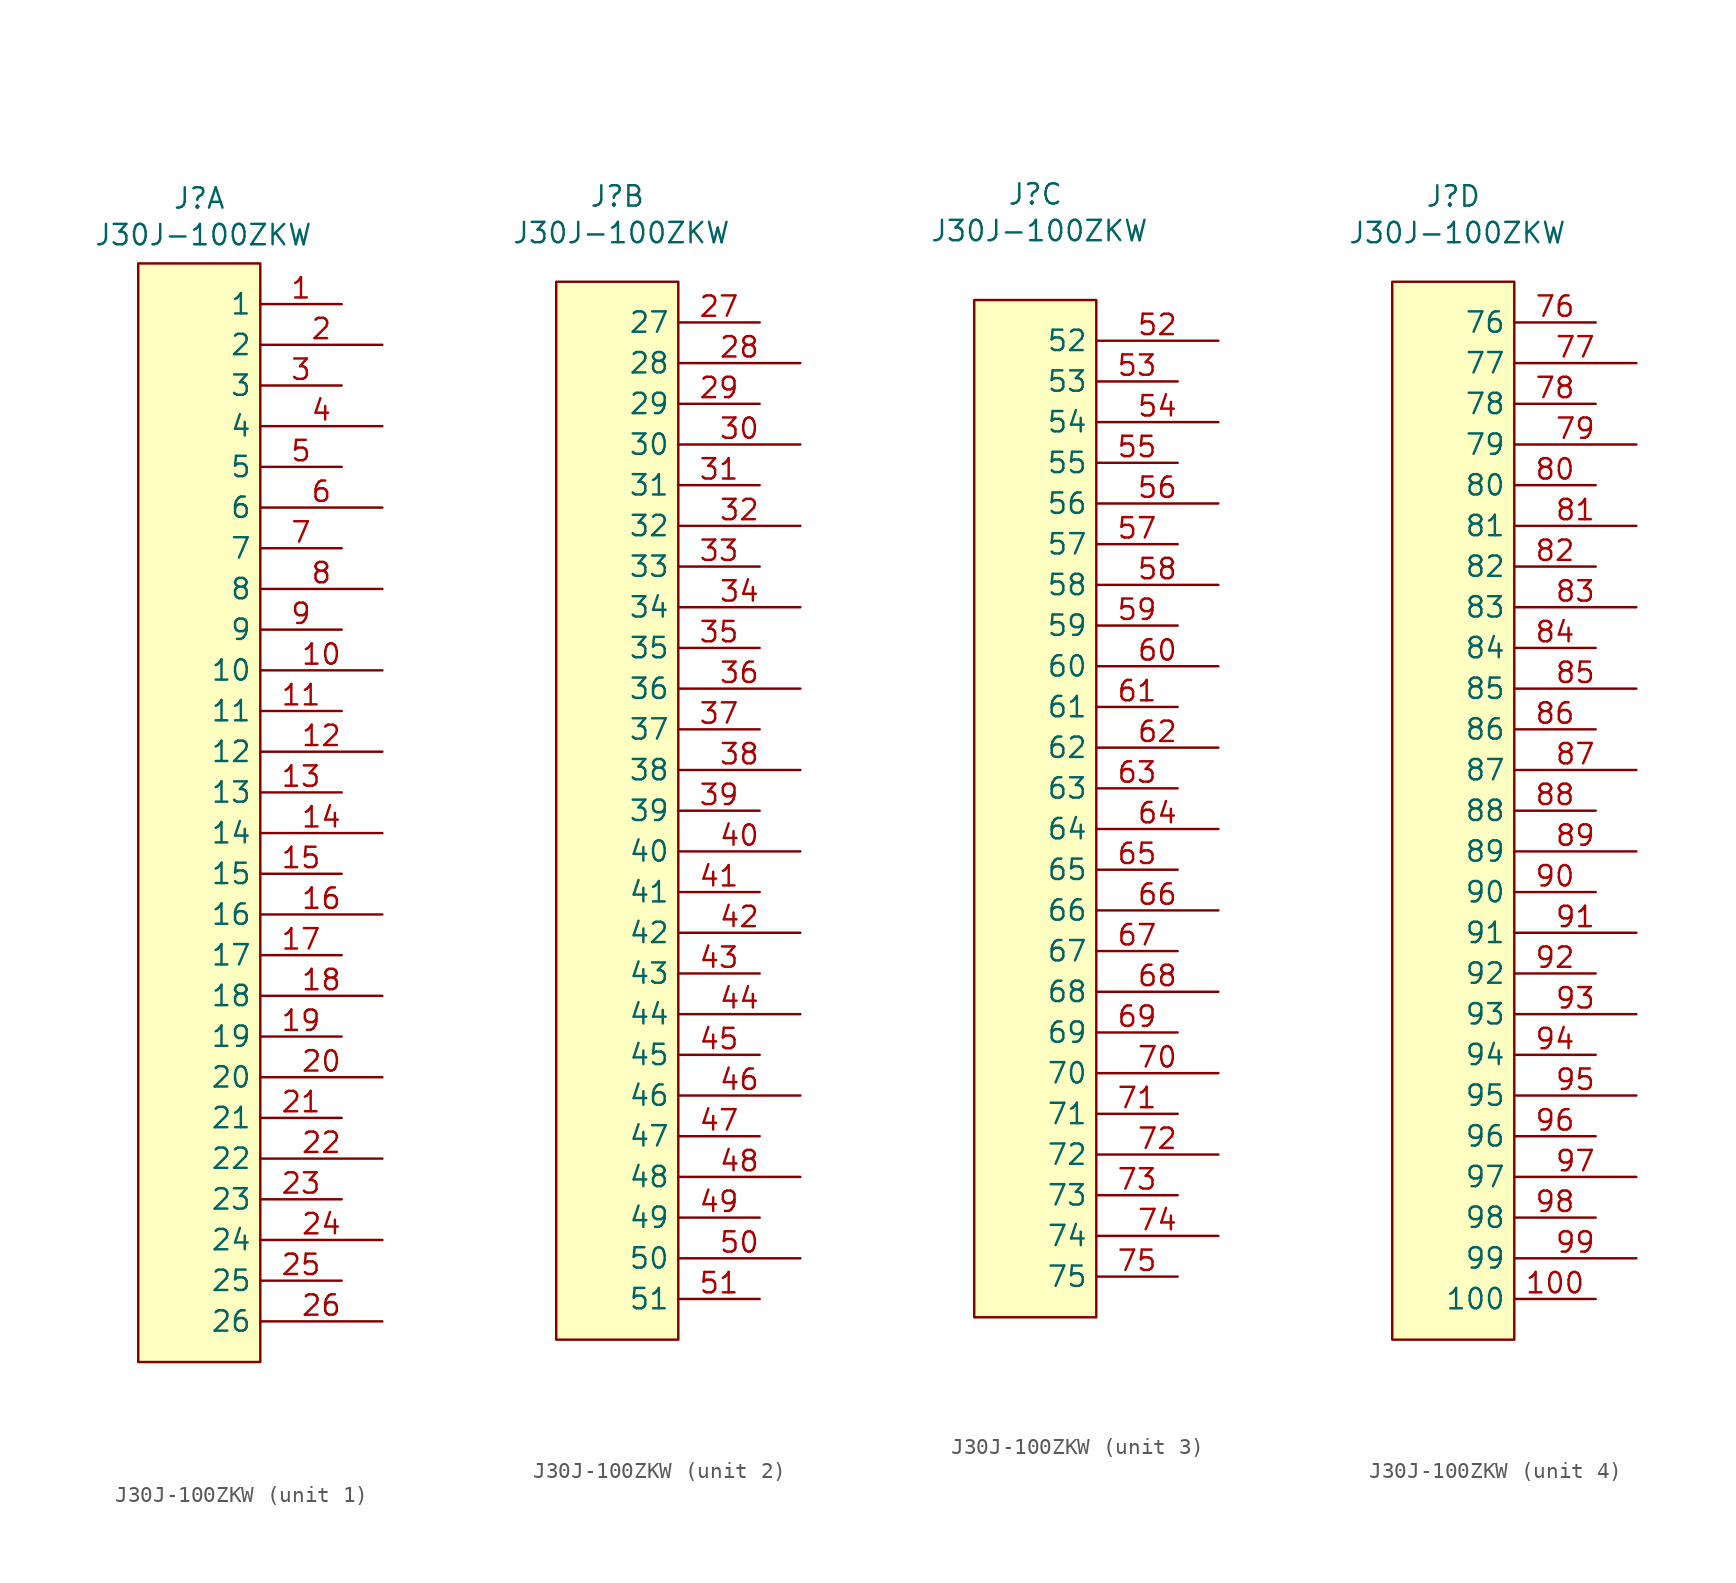
<source format=kicad_sym>
(kicad_symbol_lib
  (version 20231120)
  (generator "kicad_symbol_editor")
  (generator_version "8.0")
  (symbol "J30J-100ZKW"
    (property "Reference" "J"
      (at 0 38.354 0)
      (effects (font (size 1.27 1.27))))
    (property "Value" "J30J-100ZKW"
      (at 0.254 36.068 0)
      (effects (font (size 1.27 1.27))))
    (property "ki_locked" ""
      (at 0 0 0)
      (effects (font (size 1.27 1.27))))
    (symbol "J30J-100ZKW_1_0"
      (pin passive line (at 8.89 31.75 180) (length 5.08) (name "1" (effects (font (size 1.27 1.27)))) (number "1" (effects (font (size 1.27 1.27)))))
      (pin passive line (at 11.43 8.89 180) (length 7.62) (name "10" (effects (font (size 1.27 1.27)))) (number "10" (effects (font (size 1.27 1.27)))))
      (pin passive line (at 8.89 6.35 180) (length 5.08) (name "11" (effects (font (size 1.27 1.27)))) (number "11" (effects (font (size 1.27 1.27)))))
      (pin passive line (at 11.43 3.81 180) (length 7.62) (name "12" (effects (font (size 1.27 1.27)))) (number "12" (effects (font (size 1.27 1.27)))))
      (pin passive line (at 8.89 1.27 180) (length 5.08) (name "13" (effects (font (size 1.27 1.27)))) (number "13" (effects (font (size 1.27 1.27)))))
      (pin passive line (at 11.43 -1.27 180) (length 7.62) (name "14" (effects (font (size 1.27 1.27)))) (number "14" (effects (font (size 1.27 1.27)))))
      (pin passive line (at 8.89 -3.81 180) (length 5.08) (name "15" (effects (font (size 1.27 1.27)))) (number "15" (effects (font (size 1.27 1.27)))))
      (pin passive line (at 11.43 -6.35 180) (length 7.62) (name "16" (effects (font (size 1.27 1.27)))) (number "16" (effects (font (size 1.27 1.27)))))
      (pin passive line (at 8.89 -8.89 180) (length 5.08) (name "17" (effects (font (size 1.27 1.27)))) (number "17" (effects (font (size 1.27 1.27)))))
      (pin passive line (at 11.43 -11.43 180) (length 7.62) (name "18" (effects (font (size 1.27 1.27)))) (number "18" (effects (font (size 1.27 1.27)))))
      (pin passive line (at 8.89 -13.97 180) (length 5.08) (name "19" (effects (font (size 1.27 1.27)))) (number "19" (effects (font (size 1.27 1.27)))))
      (pin passive line (at 11.43 29.21 180) (length 7.62) (name "2" (effects (font (size 1.27 1.27)))) (number "2" (effects (font (size 1.27 1.27)))))
      (pin passive line (at 11.43 -16.51 180) (length 7.62) (name "20" (effects (font (size 1.27 1.27)))) (number "20" (effects (font (size 1.27 1.27)))))
      (pin passive line (at 8.89 -19.05 180) (length 5.08) (name "21" (effects (font (size 1.27 1.27)))) (number "21" (effects (font (size 1.27 1.27)))))
      (pin passive line (at 11.43 -21.59 180) (length 7.62) (name "22" (effects (font (size 1.27 1.27)))) (number "22" (effects (font (size 1.27 1.27)))))
      (pin passive line (at 8.89 -24.13 180) (length 5.08) (name "23" (effects (font (size 1.27 1.27)))) (number "23" (effects (font (size 1.27 1.27)))))
      (pin passive line (at 11.43 -26.67 180) (length 7.62) (name "24" (effects (font (size 1.27 1.27)))) (number "24" (effects (font (size 1.27 1.27)))))
      (pin passive line (at 8.89 -29.21 180) (length 5.08) (name "25" (effects (font (size 1.27 1.27)))) (number "25" (effects (font (size 1.27 1.27)))))
      (pin passive line (at 11.43 -31.75 180) (length 7.62) (name "26" (effects (font (size 1.27 1.27)))) (number "26" (effects (font (size 1.27 1.27)))))
      (pin passive line (at 8.89 26.67 180) (length 5.08) (name "3" (effects (font (size 1.27 1.27)))) (number "3" (effects (font (size 1.27 1.27)))))
      (pin passive line (at 11.43 24.13 180) (length 7.62) (name "4" (effects (font (size 1.27 1.27)))) (number "4" (effects (font (size 1.27 1.27)))))
      (pin passive line (at 8.89 21.59 180) (length 5.08) (name "5" (effects (font (size 1.27 1.27)))) (number "5" (effects (font (size 1.27 1.27)))))
      (pin passive line (at 11.43 19.05 180) (length 7.62) (name "6" (effects (font (size 1.27 1.27)))) (number "6" (effects (font (size 1.27 1.27)))))
      (pin passive line (at 8.89 16.51 180) (length 5.08) (name "7" (effects (font (size 1.27 1.27)))) (number "7" (effects (font (size 1.27 1.27)))))
      (pin passive line (at 11.43 13.97 180) (length 7.62) (name "8" (effects (font (size 1.27 1.27)))) (number "8" (effects (font (size 1.27 1.27)))))
      (pin passive line (at 8.89 11.43 180) (length 5.08) (name "9" (effects (font (size 1.27 1.27)))) (number "9" (effects (font (size 1.27 1.27))))))
    (symbol "J30J-100ZKW_1_1"
      (rectangle (start -3.81 34.29) (end 3.81 -34.29) (stroke (width 0) (type default)) (fill (type background))))
    (symbol "J30J-100ZKW_2_0"
      (pin passive line (at 8.89 30.48 180) (length 5.08) (name "27" (effects (font (size 1.27 1.27)))) (number "27" (effects (font (size 1.27 1.27)))))
      (pin passive line (at 11.43 27.94 180) (length 7.62) (name "28" (effects (font (size 1.27 1.27)))) (number "28" (effects (font (size 1.27 1.27)))))
      (pin passive line (at 8.89 25.4 180) (length 5.08) (name "29" (effects (font (size 1.27 1.27)))) (number "29" (effects (font (size 1.27 1.27)))))
      (pin passive line (at 11.43 22.86 180) (length 7.62) (name "30" (effects (font (size 1.27 1.27)))) (number "30" (effects (font (size 1.27 1.27)))))
      (pin passive line (at 8.89 20.32 180) (length 5.08) (name "31" (effects (font (size 1.27 1.27)))) (number "31" (effects (font (size 1.27 1.27)))))
      (pin passive line (at 11.43 17.78 180) (length 7.62) (name "32" (effects (font (size 1.27 1.27)))) (number "32" (effects (font (size 1.27 1.27)))))
      (pin passive line (at 8.89 15.24 180) (length 5.08) (name "33" (effects (font (size 1.27 1.27)))) (number "33" (effects (font (size 1.27 1.27)))))
      (pin passive line (at 11.43 12.7 180) (length 7.62) (name "34" (effects (font (size 1.27 1.27)))) (number "34" (effects (font (size 1.27 1.27)))))
      (pin passive line (at 8.89 10.16 180) (length 5.08) (name "35" (effects (font (size 1.27 1.27)))) (number "35" (effects (font (size 1.27 1.27)))))
      (pin passive line (at 11.43 7.62 180) (length 7.62) (name "36" (effects (font (size 1.27 1.27)))) (number "36" (effects (font (size 1.27 1.27)))))
      (pin passive line (at 8.89 5.08 180) (length 5.08) (name "37" (effects (font (size 1.27 1.27)))) (number "37" (effects (font (size 1.27 1.27)))))
      (pin passive line (at 11.43 2.54 180) (length 7.62) (name "38" (effects (font (size 1.27 1.27)))) (number "38" (effects (font (size 1.27 1.27)))))
      (pin passive line (at 8.89 0 180) (length 5.08) (name "39" (effects (font (size 1.27 1.27)))) (number "39" (effects (font (size 1.27 1.27)))))
      (pin passive line (at 11.43 -2.54 180) (length 7.62) (name "40" (effects (font (size 1.27 1.27)))) (number "40" (effects (font (size 1.27 1.27)))))
      (pin passive line (at 8.89 -5.08 180) (length 5.08) (name "41" (effects (font (size 1.27 1.27)))) (number "41" (effects (font (size 1.27 1.27)))))
      (pin passive line (at 11.43 -7.62 180) (length 7.62) (name "42" (effects (font (size 1.27 1.27)))) (number "42" (effects (font (size 1.27 1.27)))))
      (pin passive line (at 8.89 -10.16 180) (length 5.08) (name "43" (effects (font (size 1.27 1.27)))) (number "43" (effects (font (size 1.27 1.27)))))
      (pin passive line (at 11.43 -12.7 180) (length 7.62) (name "44" (effects (font (size 1.27 1.27)))) (number "44" (effects (font (size 1.27 1.27)))))
      (pin passive line (at 8.89 -15.24 180) (length 5.08) (name "45" (effects (font (size 1.27 1.27)))) (number "45" (effects (font (size 1.27 1.27)))))
      (pin passive line (at 11.43 -17.78 180) (length 7.62) (name "46" (effects (font (size 1.27 1.27)))) (number "46" (effects (font (size 1.27 1.27)))))
      (pin passive line (at 8.89 -20.32 180) (length 5.08) (name "47" (effects (font (size 1.27 1.27)))) (number "47" (effects (font (size 1.27 1.27)))))
      (pin passive line (at 11.43 -22.86 180) (length 7.62) (name "48" (effects (font (size 1.27 1.27)))) (number "48" (effects (font (size 1.27 1.27)))))
      (pin passive line (at 8.89 -25.4 180) (length 5.08) (name "49" (effects (font (size 1.27 1.27)))) (number "49" (effects (font (size 1.27 1.27)))))
      (pin passive line (at 11.43 -27.94 180) (length 7.62) (name "50" (effects (font (size 1.27 1.27)))) (number "50" (effects (font (size 1.27 1.27)))))
      (pin passive line (at 8.89 -30.48 180) (length 5.08) (name "51" (effects (font (size 1.27 1.27)))) (number "51" (effects (font (size 1.27 1.27))))))
    (symbol "J30J-100ZKW_2_1"
      (rectangle (start -3.81 33.02) (end 3.81 -33.02) (stroke (width 0) (type default)) (fill (type background))))
    (symbol "J30J-100ZKW_3_0"
      (pin passive line (at 11.43 29.21 180) (length 7.62) (name "52" (effects (font (size 1.27 1.27)))) (number "52" (effects (font (size 1.27 1.27)))))
      (pin passive line (at 8.89 26.67 180) (length 5.08) (name "53" (effects (font (size 1.27 1.27)))) (number "53" (effects (font (size 1.27 1.27)))))
      (pin passive line (at 11.43 24.13 180) (length 7.62) (name "54" (effects (font (size 1.27 1.27)))) (number "54" (effects (font (size 1.27 1.27)))))
      (pin passive line (at 8.89 21.59 180) (length 5.08) (name "55" (effects (font (size 1.27 1.27)))) (number "55" (effects (font (size 1.27 1.27)))))
      (pin passive line (at 11.43 19.05 180) (length 7.62) (name "56" (effects (font (size 1.27 1.27)))) (number "56" (effects (font (size 1.27 1.27)))))
      (pin passive line (at 8.89 16.51 180) (length 5.08) (name "57" (effects (font (size 1.27 1.27)))) (number "57" (effects (font (size 1.27 1.27)))))
      (pin passive line (at 11.43 13.97 180) (length 7.62) (name "58" (effects (font (size 1.27 1.27)))) (number "58" (effects (font (size 1.27 1.27)))))
      (pin passive line (at 8.89 11.43 180) (length 5.08) (name "59" (effects (font (size 1.27 1.27)))) (number "59" (effects (font (size 1.27 1.27)))))
      (pin passive line (at 11.43 8.89 180) (length 7.62) (name "60" (effects (font (size 1.27 1.27)))) (number "60" (effects (font (size 1.27 1.27)))))
      (pin passive line (at 8.89 6.35 180) (length 5.08) (name "61" (effects (font (size 1.27 1.27)))) (number "61" (effects (font (size 1.27 1.27)))))
      (pin passive line (at 11.43 3.81 180) (length 7.62) (name "62" (effects (font (size 1.27 1.27)))) (number "62" (effects (font (size 1.27 1.27)))))
      (pin passive line (at 8.89 1.27 180) (length 5.08) (name "63" (effects (font (size 1.27 1.27)))) (number "63" (effects (font (size 1.27 1.27)))))
      (pin passive line (at 11.43 -1.27 180) (length 7.62) (name "64" (effects (font (size 1.27 1.27)))) (number "64" (effects (font (size 1.27 1.27)))))
      (pin passive line (at 8.89 -3.81 180) (length 5.08) (name "65" (effects (font (size 1.27 1.27)))) (number "65" (effects (font (size 1.27 1.27)))))
      (pin passive line (at 11.43 -6.35 180) (length 7.62) (name "66" (effects (font (size 1.27 1.27)))) (number "66" (effects (font (size 1.27 1.27)))))
      (pin passive line (at 8.89 -8.89 180) (length 5.08) (name "67" (effects (font (size 1.27 1.27)))) (number "67" (effects (font (size 1.27 1.27)))))
      (pin passive line (at 11.43 -11.43 180) (length 7.62) (name "68" (effects (font (size 1.27 1.27)))) (number "68" (effects (font (size 1.27 1.27)))))
      (pin passive line (at 8.89 -13.97 180) (length 5.08) (name "69" (effects (font (size 1.27 1.27)))) (number "69" (effects (font (size 1.27 1.27)))))
      (pin passive line (at 11.43 -16.51 180) (length 7.62) (name "70" (effects (font (size 1.27 1.27)))) (number "70" (effects (font (size 1.27 1.27)))))
      (pin passive line (at 8.89 -19.05 180) (length 5.08) (name "71" (effects (font (size 1.27 1.27)))) (number "71" (effects (font (size 1.27 1.27)))))
      (pin passive line (at 11.43 -21.59 180) (length 7.62) (name "72" (effects (font (size 1.27 1.27)))) (number "72" (effects (font (size 1.27 1.27)))))
      (pin passive line (at 8.89 -24.13 180) (length 5.08) (name "73" (effects (font (size 1.27 1.27)))) (number "73" (effects (font (size 1.27 1.27)))))
      (pin passive line (at 11.43 -26.67 180) (length 7.62) (name "74" (effects (font (size 1.27 1.27)))) (number "74" (effects (font (size 1.27 1.27)))))
      (pin passive line (at 8.89 -29.21 180) (length 5.08) (name "75" (effects (font (size 1.27 1.27)))) (number "75" (effects (font (size 1.27 1.27))))))
    (symbol "J30J-100ZKW_3_1"
      (rectangle (start -3.81 31.75) (end 3.81 -31.75) (stroke (width 0) (type default)) (fill (type background))))
    (symbol "J30J-100ZKW_4_0"
      (pin passive line (at 8.89 -30.48 180) (length 5.08) (name "100" (effects (font (size 1.27 1.27)))) (number "100" (effects (font (size 1.27 1.27)))))
      (pin passive line (at 8.89 30.48 180) (length 5.08) (name "76" (effects (font (size 1.27 1.27)))) (number "76" (effects (font (size 1.27 1.27)))))
      (pin passive line (at 11.43 27.94 180) (length 7.62) (name "77" (effects (font (size 1.27 1.27)))) (number "77" (effects (font (size 1.27 1.27)))))
      (pin passive line (at 8.89 25.4 180) (length 5.08) (name "78" (effects (font (size 1.27 1.27)))) (number "78" (effects (font (size 1.27 1.27)))))
      (pin passive line (at 11.43 22.86 180) (length 7.62) (name "79" (effects (font (size 1.27 1.27)))) (number "79" (effects (font (size 1.27 1.27)))))
      (pin passive line (at 8.89 20.32 180) (length 5.08) (name "80" (effects (font (size 1.27 1.27)))) (number "80" (effects (font (size 1.27 1.27)))))
      (pin passive line (at 11.43 17.78 180) (length 7.62) (name "81" (effects (font (size 1.27 1.27)))) (number "81" (effects (font (size 1.27 1.27)))))
      (pin passive line (at 8.89 15.24 180) (length 5.08) (name "82" (effects (font (size 1.27 1.27)))) (number "82" (effects (font (size 1.27 1.27)))))
      (pin passive line (at 11.43 12.7 180) (length 7.62) (name "83" (effects (font (size 1.27 1.27)))) (number "83" (effects (font (size 1.27 1.27)))))
      (pin passive line (at 8.89 10.16 180) (length 5.08) (name "84" (effects (font (size 1.27 1.27)))) (number "84" (effects (font (size 1.27 1.27)))))
      (pin passive line (at 11.43 7.62 180) (length 7.62) (name "85" (effects (font (size 1.27 1.27)))) (number "85" (effects (font (size 1.27 1.27)))))
      (pin passive line (at 8.89 5.08 180) (length 5.08) (name "86" (effects (font (size 1.27 1.27)))) (number "86" (effects (font (size 1.27 1.27)))))
      (pin passive line (at 11.43 2.54 180) (length 7.62) (name "87" (effects (font (size 1.27 1.27)))) (number "87" (effects (font (size 1.27 1.27)))))
      (pin passive line (at 8.89 0 180) (length 5.08) (name "88" (effects (font (size 1.27 1.27)))) (number "88" (effects (font (size 1.27 1.27)))))
      (pin passive line (at 11.43 -2.54 180) (length 7.62) (name "89" (effects (font (size 1.27 1.27)))) (number "89" (effects (font (size 1.27 1.27)))))
      (pin passive line (at 8.89 -5.08 180) (length 5.08) (name "90" (effects (font (size 1.27 1.27)))) (number "90" (effects (font (size 1.27 1.27)))))
      (pin passive line (at 11.43 -7.62 180) (length 7.62) (name "91" (effects (font (size 1.27 1.27)))) (number "91" (effects (font (size 1.27 1.27)))))
      (pin passive line (at 8.89 -10.16 180) (length 5.08) (name "92" (effects (font (size 1.27 1.27)))) (number "92" (effects (font (size 1.27 1.27)))))
      (pin passive line (at 11.43 -12.7 180) (length 7.62) (name "93" (effects (font (size 1.27 1.27)))) (number "93" (effects (font (size 1.27 1.27)))))
      (pin passive line (at 8.89 -15.24 180) (length 5.08) (name "94" (effects (font (size 1.27 1.27)))) (number "94" (effects (font (size 1.27 1.27)))))
      (pin passive line (at 11.43 -17.78 180) (length 7.62) (name "95" (effects (font (size 1.27 1.27)))) (number "95" (effects (font (size 1.27 1.27)))))
      (pin passive line (at 8.89 -20.32 180) (length 5.08) (name "96" (effects (font (size 1.27 1.27)))) (number "96" (effects (font (size 1.27 1.27)))))
      (pin passive line (at 11.43 -22.86 180) (length 7.62) (name "97" (effects (font (size 1.27 1.27)))) (number "97" (effects (font (size 1.27 1.27)))))
      (pin passive line (at 8.89 -25.4 180) (length 5.08) (name "98" (effects (font (size 1.27 1.27)))) (number "98" (effects (font (size 1.27 1.27)))))
      (pin passive line (at 11.43 -27.94 180) (length 7.62) (name "99" (effects (font (size 1.27 1.27)))) (number "99" (effects (font (size 1.27 1.27))))))
    (symbol "J30J-100ZKW_4_1"
      (rectangle (start -3.81 33.02) (end 3.81 -33.02) (stroke (width 0) (type default)) (fill (type background))))))
</source>
